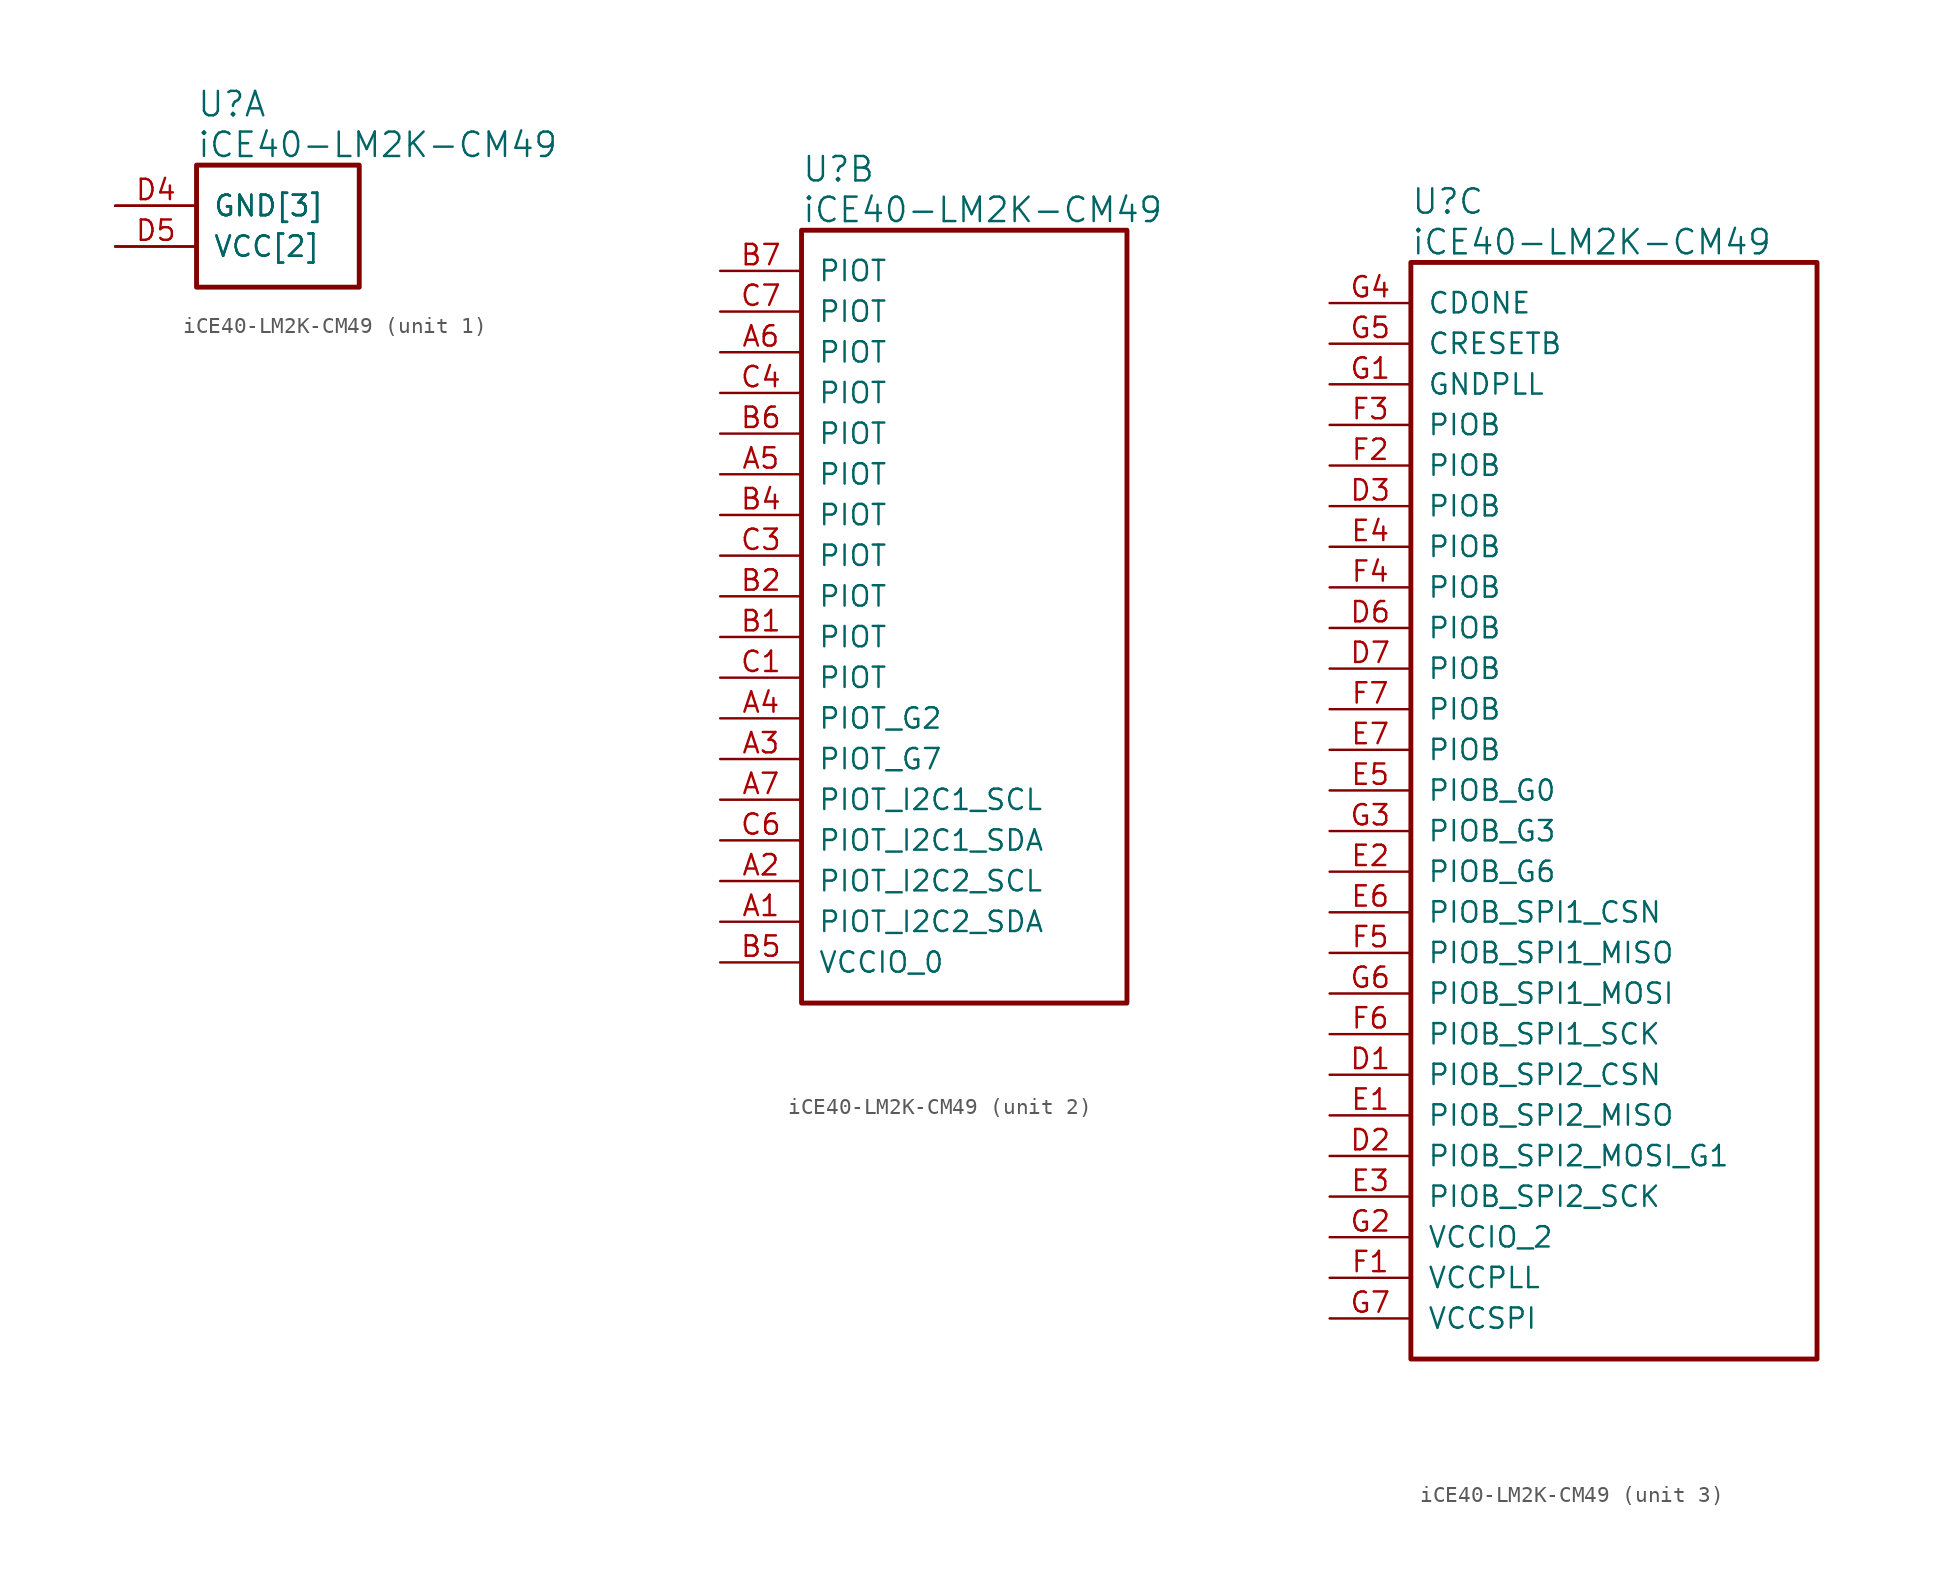
<source format=kicad_sym>
(kicad_symbol_lib
  (version 20241209)
  (generator "kicad_symbol_editor")
  (generator_version "9.0")
  (symbol "iCE40-LM2K-CM49"
    (pin_names
      (offset 1.016))
    (property "Reference" "U"
      (at 5.08 6.35 0)
      (effects (font (size 1.524 1.524)) (justify left)))
    (property "Value" "iCE40-LM2K-CM49"
      (at 5.08 3.81 0)
      (effects (font (size 1.524 1.524)) (justify left)))
    (property "ki_locked" ""
      (at 0 0 0)
      (effects (font (size 1.27 1.27))))
    (symbol "iCE40-LM2K-CM49_1_1"
      (rectangle (start 5.08 2.54) (end 15.24 -5.08) (stroke (width 0.305) (type solid)) (fill (type none)))
      (pin power_in line (at 0 0 0) (length 5.08) (name "GND[3]" (effects (font (size 1.27 1.27)))) (number "C2" (effects (font (size 0 0)))))
      (pin power_in line (at 0 0 0) (length 5.08) (name "GND[3]" (effects (font (size 1.27 1.27)))) (number "C5" (effects (font (size 0 0)))))
      (pin power_in line (at 0 0 0) (length 5.08) (name "GND[3]" (effects (font (size 1.27 1.27)))) (number "D4" (effects (font (size 1.27 1.27)))))
      (pin power_in line (at 0 -2.54 0) (length 5.08) (name "VCC[2]" (effects (font (size 1.27 1.27)))) (number "B3" (effects (font (size 0 0)))))
      (pin power_in line (at 0 -2.54 0) (length 5.08) (name "VCC[2]" (effects (font (size 1.27 1.27)))) (number "D5" (effects (font (size 1.27 1.27))))))
    (symbol "iCE40-LM2K-CM49_2_1"
      (rectangle (start 5.08 2.54) (end 25.4 -45.72) (stroke (width 0.305) (type solid)) (fill (type none)))
      (pin bidirectional line (at 0 0 0) (length 5.08) (name "PIOT" (effects (font (size 1.27 1.27)))) (number "B7" (effects (font (size 1.27 1.27)))))
      (pin bidirectional line (at 0 -2.54 0) (length 5.08) (name "PIOT" (effects (font (size 1.27 1.27)))) (number "C7" (effects (font (size 1.27 1.27)))))
      (pin bidirectional line (at 0 -5.08 0) (length 5.08) (name "PIOT" (effects (font (size 1.27 1.27)))) (number "A6" (effects (font (size 1.27 1.27)))))
      (pin bidirectional line (at 0 -7.62 0) (length 5.08) (name "PIOT" (effects (font (size 1.27 1.27)))) (number "C4" (effects (font (size 1.27 1.27)))))
      (pin bidirectional line (at 0 -10.16 0) (length 5.08) (name "PIOT" (effects (font (size 1.27 1.27)))) (number "B6" (effects (font (size 1.27 1.27)))))
      (pin bidirectional line (at 0 -12.7 0) (length 5.08) (name "PIOT" (effects (font (size 1.27 1.27)))) (number "A5" (effects (font (size 1.27 1.27)))))
      (pin bidirectional line (at 0 -15.24 0) (length 5.08) (name "PIOT" (effects (font (size 1.27 1.27)))) (number "B4" (effects (font (size 1.27 1.27)))))
      (pin bidirectional line (at 0 -17.78 0) (length 5.08) (name "PIOT" (effects (font (size 1.27 1.27)))) (number "C3" (effects (font (size 1.27 1.27)))))
      (pin bidirectional line (at 0 -20.32 0) (length 5.08) (name "PIOT" (effects (font (size 1.27 1.27)))) (number "B2" (effects (font (size 1.27 1.27)))))
      (pin bidirectional line (at 0 -22.86 0) (length 5.08) (name "PIOT" (effects (font (size 1.27 1.27)))) (number "B1" (effects (font (size 1.27 1.27)))))
      (pin bidirectional line (at 0 -25.4 0) (length 5.08) (name "PIOT" (effects (font (size 1.27 1.27)))) (number "C1" (effects (font (size 1.27 1.27)))))
      (pin bidirectional line (at 0 -27.94 0) (length 5.08) (name "PIOT_G2" (effects (font (size 1.27 1.27)))) (number "A4" (effects (font (size 1.27 1.27)))))
      (pin bidirectional line (at 0 -30.48 0) (length 5.08) (name "PIOT_G7" (effects (font (size 1.27 1.27)))) (number "A3" (effects (font (size 1.27 1.27)))))
      (pin bidirectional line (at 0 -33.02 0) (length 5.08) (name "PIOT_I2C1_SCL" (effects (font (size 1.27 1.27)))) (number "A7" (effects (font (size 1.27 1.27)))))
      (pin bidirectional line (at 0 -35.56 0) (length 5.08) (name "PIOT_I2C1_SDA" (effects (font (size 1.27 1.27)))) (number "C6" (effects (font (size 1.27 1.27)))))
      (pin bidirectional line (at 0 -38.1 0) (length 5.08) (name "PIOT_I2C2_SCL" (effects (font (size 1.27 1.27)))) (number "A2" (effects (font (size 1.27 1.27)))))
      (pin bidirectional line (at 0 -40.64 0) (length 5.08) (name "PIOT_I2C2_SDA" (effects (font (size 1.27 1.27)))) (number "A1" (effects (font (size 1.27 1.27)))))
      (pin power_in line (at 0 -43.18 0) (length 5.08) (name "VCCIO_0" (effects (font (size 1.27 1.27)))) (number "B5" (effects (font (size 1.27 1.27))))))
    (symbol "iCE40-LM2K-CM49_3_1"
      (rectangle (start 5.08 2.54) (end 30.48 -66.04) (stroke (width 0.305) (type solid)) (fill (type none)))
      (pin output line (at 0 0 0) (length 5.08) (name "CDONE" (effects (font (size 1.27 1.27)))) (number "G4" (effects (font (size 1.27 1.27)))))
      (pin input line (at 0 -2.54 0) (length 5.08) (name "CRESETB" (effects (font (size 1.27 1.27)))) (number "G5" (effects (font (size 1.27 1.27)))))
      (pin power_in line (at 0 -5.08 0) (length 5.08) (name "GNDPLL" (effects (font (size 1.27 1.27)))) (number "G1" (effects (font (size 1.27 1.27)))))
      (pin bidirectional line (at 0 -7.62 0) (length 5.08) (name "PIOB" (effects (font (size 1.27 1.27)))) (number "F3" (effects (font (size 1.27 1.27)))))
      (pin bidirectional line (at 0 -10.16 0) (length 5.08) (name "PIOB" (effects (font (size 1.27 1.27)))) (number "F2" (effects (font (size 1.27 1.27)))))
      (pin bidirectional line (at 0 -12.7 0) (length 5.08) (name "PIOB" (effects (font (size 1.27 1.27)))) (number "D3" (effects (font (size 1.27 1.27)))))
      (pin bidirectional line (at 0 -15.24 0) (length 5.08) (name "PIOB" (effects (font (size 1.27 1.27)))) (number "E4" (effects (font (size 1.27 1.27)))))
      (pin bidirectional line (at 0 -17.78 0) (length 5.08) (name "PIOB" (effects (font (size 1.27 1.27)))) (number "F4" (effects (font (size 1.27 1.27)))))
      (pin bidirectional line (at 0 -20.32 0) (length 5.08) (name "PIOB" (effects (font (size 1.27 1.27)))) (number "D6" (effects (font (size 1.27 1.27)))))
      (pin bidirectional line (at 0 -22.86 0) (length 5.08) (name "PIOB" (effects (font (size 1.27 1.27)))) (number "D7" (effects (font (size 1.27 1.27)))))
      (pin bidirectional line (at 0 -25.4 0) (length 5.08) (name "PIOB" (effects (font (size 1.27 1.27)))) (number "F7" (effects (font (size 1.27 1.27)))))
      (pin bidirectional line (at 0 -27.94 0) (length 5.08) (name "PIOB" (effects (font (size 1.27 1.27)))) (number "E7" (effects (font (size 1.27 1.27)))))
      (pin bidirectional line (at 0 -30.48 0) (length 5.08) (name "PIOB_G0" (effects (font (size 1.27 1.27)))) (number "E5" (effects (font (size 1.27 1.27)))))
      (pin bidirectional line (at 0 -33.02 0) (length 5.08) (name "PIOB_G3" (effects (font (size 1.27 1.27)))) (number "G3" (effects (font (size 1.27 1.27)))))
      (pin bidirectional line (at 0 -35.56 0) (length 5.08) (name "PIOB_G6" (effects (font (size 1.27 1.27)))) (number "E2" (effects (font (size 1.27 1.27)))))
      (pin bidirectional line (at 0 -38.1 0) (length 5.08) (name "PIOB_SPI1_CSN" (effects (font (size 1.27 1.27)))) (number "E6" (effects (font (size 1.27 1.27)))))
      (pin bidirectional line (at 0 -40.64 0) (length 5.08) (name "PIOB_SPI1_MISO" (effects (font (size 1.27 1.27)))) (number "F5" (effects (font (size 1.27 1.27)))))
      (pin bidirectional line (at 0 -43.18 0) (length 5.08) (name "PIOB_SPI1_MOSI" (effects (font (size 1.27 1.27)))) (number "G6" (effects (font (size 1.27 1.27)))))
      (pin bidirectional line (at 0 -45.72 0) (length 5.08) (name "PIOB_SPI1_SCK" (effects (font (size 1.27 1.27)))) (number "F6" (effects (font (size 1.27 1.27)))))
      (pin bidirectional line (at 0 -48.26 0) (length 5.08) (name "PIOB_SPI2_CSN" (effects (font (size 1.27 1.27)))) (number "D1" (effects (font (size 1.27 1.27)))))
      (pin bidirectional line (at 0 -50.8 0) (length 5.08) (name "PIOB_SPI2_MISO" (effects (font (size 1.27 1.27)))) (number "E1" (effects (font (size 1.27 1.27)))))
      (pin bidirectional line (at 0 -53.34 0) (length 5.08) (name "PIOB_SPI2_MOSI_G1" (effects (font (size 1.27 1.27)))) (number "D2" (effects (font (size 1.27 1.27)))))
      (pin bidirectional line (at 0 -55.88 0) (length 5.08) (name "PIOB_SPI2_SCK" (effects (font (size 1.27 1.27)))) (number "E3" (effects (font (size 1.27 1.27)))))
      (pin power_in line (at 0 -58.42 0) (length 5.08) (name "VCCIO_2" (effects (font (size 1.27 1.27)))) (number "G2" (effects (font (size 1.27 1.27)))))
      (pin power_in line (at 0 -60.96 0) (length 5.08) (name "VCCPLL" (effects (font (size 1.27 1.27)))) (number "F1" (effects (font (size 1.27 1.27)))))
      (pin power_in line (at 0 -63.5 0) (length 5.08) (name "VCCSPI" (effects (font (size 1.27 1.27)))) (number "G7" (effects (font (size 1.27 1.27))))))))
</source>
